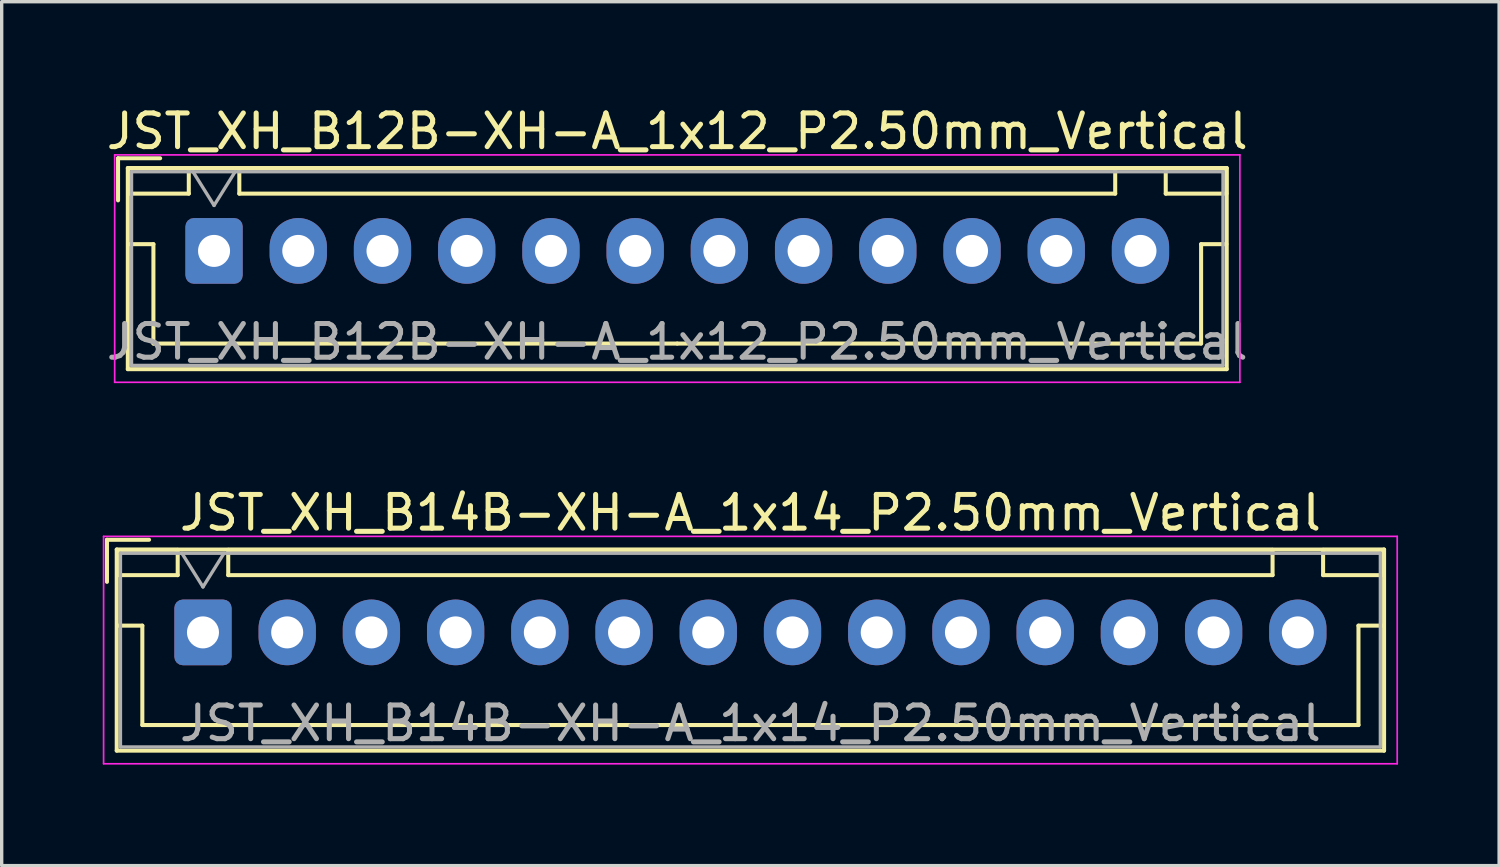
<source format=kicad_pcb>
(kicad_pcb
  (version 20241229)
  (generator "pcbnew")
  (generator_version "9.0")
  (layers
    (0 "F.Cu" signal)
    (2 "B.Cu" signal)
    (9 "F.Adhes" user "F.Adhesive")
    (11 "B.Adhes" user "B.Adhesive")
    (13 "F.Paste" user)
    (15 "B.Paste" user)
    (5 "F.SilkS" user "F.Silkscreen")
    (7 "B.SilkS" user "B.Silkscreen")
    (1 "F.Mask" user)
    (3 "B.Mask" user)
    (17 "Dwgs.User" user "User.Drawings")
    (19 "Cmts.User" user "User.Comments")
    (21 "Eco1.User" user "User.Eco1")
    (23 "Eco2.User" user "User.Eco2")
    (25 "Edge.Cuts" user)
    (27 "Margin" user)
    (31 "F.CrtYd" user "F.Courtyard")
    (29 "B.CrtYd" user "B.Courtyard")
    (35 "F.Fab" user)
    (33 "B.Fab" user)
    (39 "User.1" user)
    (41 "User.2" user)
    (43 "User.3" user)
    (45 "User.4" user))
  (footprint "JST_XH_B14B-XH-A_1x14_P2.50mm_Vertical"
    (layer "F.Cu")
    (at 2.975 15.722)
    (property "Reference" "JST_XH_B14B-XH-A_1x14_P2.50mm_Vertical" (at 16.25 -3.55 0) (layer "F.SilkS") (effects (font (size 1 1) (thickness 0.15))))
    (attr through_hole)
    (fp_line (start -2.85 -2.75) (end -2.85 -1.5) (stroke (width 0.12) (type solid)) (layer "F.SilkS"))
    (fp_line (start -2.56 -2.46) (end -2.56 3.51) (stroke (width 0.12) (type solid)) (layer "F.SilkS"))
    (fp_line (start -2.56 3.51) (end 35.06 3.51) (stroke (width 0.12) (type solid)) (layer "F.SilkS"))
    (fp_line (start -2.55 -2.45) (end -2.55 -1.7) (stroke (width 0.12) (type solid)) (layer "F.SilkS"))
    (fp_line (start -2.55 -1.7) (end -0.75 -1.7) (stroke (width 0.12) (type solid)) (layer "F.SilkS"))
    (fp_line (start -2.55 -0.2) (end -1.8 -0.2) (stroke (width 0.12) (type solid)) (layer "F.SilkS"))
    (fp_line (start -1.8 -0.2) (end -1.8 2.75) (stroke (width 0.12) (type solid)) (layer "F.SilkS"))
    (fp_line (start -1.8 2.75) (end 16.25 2.75) (stroke (width 0.12) (type solid)) (layer "F.SilkS"))
    (fp_line (start -1.6 -2.75) (end -2.85 -2.75) (stroke (width 0.12) (type solid)) (layer "F.SilkS"))
    (fp_line (start -0.75 -2.45) (end -2.55 -2.45) (stroke (width 0.12) (type solid)) (layer "F.SilkS"))
    (fp_line (start -0.75 -1.7) (end -0.75 -2.45) (stroke (width 0.12) (type solid)) (layer "F.SilkS"))
    (fp_line (start 0.75 -2.45) (end 0.75 -1.7) (stroke (width 0.12) (type solid)) (layer "F.SilkS"))
    (fp_line (start 0.75 -1.7) (end 31.75 -1.7) (stroke (width 0.12) (type solid)) (layer "F.SilkS"))
    (fp_line (start 31.75 -2.45) (end 0.75 -2.45) (stroke (width 0.12) (type solid)) (layer "F.SilkS"))
    (fp_line (start 31.75 -1.7) (end 31.75 -2.45) (stroke (width 0.12) (type solid)) (layer "F.SilkS"))
    (fp_line (start 33.25 -2.45) (end 33.25 -1.7) (stroke (width 0.12) (type solid)) (layer "F.SilkS"))
    (fp_line (start 33.25 -1.7) (end 35.05 -1.7) (stroke (width 0.12) (type solid)) (layer "F.SilkS"))
    (fp_line (start 34.3 -0.2) (end 34.3 2.75) (stroke (width 0.12) (type solid)) (layer "F.SilkS"))
    (fp_line (start 34.3 2.75) (end 16.25 2.75) (stroke (width 0.12) (type solid)) (layer "F.SilkS"))
    (fp_line (start 35.05 -2.45) (end 33.25 -2.45) (stroke (width 0.12) (type solid)) (layer "F.SilkS"))
    (fp_line (start 35.05 -1.7) (end 35.05 -2.45) (stroke (width 0.12) (type solid)) (layer "F.SilkS"))
    (fp_line (start 35.05 -0.2) (end 34.3 -0.2) (stroke (width 0.12) (type solid)) (layer "F.SilkS"))
    (fp_line (start 35.06 -2.46) (end -2.56 -2.46) (stroke (width 0.12) (type solid)) (layer "F.SilkS"))
    (fp_line (start 35.06 3.51) (end 35.06 -2.46) (stroke (width 0.12) (type solid)) (layer "F.SilkS"))
    (fp_line (start -2.95 -2.85) (end -2.95 3.9) (stroke (width 0.05) (type solid)) (layer "F.CrtYd"))
    (fp_line (start -2.95 3.9) (end 35.45 3.9) (stroke (width 0.05) (type solid)) (layer "F.CrtYd"))
    (fp_line (start 35.45 -2.85) (end -2.95 -2.85) (stroke (width 0.05) (type solid)) (layer "F.CrtYd"))
    (fp_line (start 35.45 3.9) (end 35.45 -2.85) (stroke (width 0.05) (type solid)) (layer "F.CrtYd"))
    (fp_line (start -2.45 -2.35) (end -2.45 3.4) (stroke (width 0.1) (type solid)) (layer "F.Fab"))
    (fp_line (start -2.45 3.4) (end 34.95 3.4) (stroke (width 0.1) (type solid)) (layer "F.Fab"))
    (fp_line (start -0.625 -2.35) (end 0 -1.35) (stroke (width 0.1) (type solid)) (layer "F.Fab"))
    (fp_line (start 0 -1.35) (end 0.625 -2.35) (stroke (width 0.1) (type solid)) (layer "F.Fab"))
    (fp_line (start 34.95 -2.35) (end -2.45 -2.35) (stroke (width 0.1) (type solid)) (layer "F.Fab"))
    (fp_line (start 34.95 3.4) (end 34.95 -2.35) (stroke (width 0.1) (type solid)) (layer "F.Fab"))
    (fp_text user "${REFERENCE}" (at 16.25 2.7 0) (layer "F.Fab") (effects (font (size 1 1) (thickness 0.15))))
    (pad "1" thru_hole roundrect (at 0 0) (size 1.7 1.95) (drill 0.95) (layers "*.Cu" "*.Mask") (roundrect_rratio 0.147))
    (pad "2" thru_hole oval (at 2.5 0) (size 1.7 1.95) (drill 0.95) (layers "*.Cu" "*.Mask"))
    (pad "3" thru_hole oval (at 5 0) (size 1.7 1.95) (drill 0.95) (layers "*.Cu" "*.Mask"))
    (pad "4" thru_hole oval (at 7.5 0) (size 1.7 1.95) (drill 0.95) (layers "*.Cu" "*.Mask"))
    (pad "5" thru_hole oval (at 10 0) (size 1.7 1.95) (drill 0.95) (layers "*.Cu" "*.Mask"))
    (pad "6" thru_hole oval (at 12.5 0) (size 1.7 1.95) (drill 0.95) (layers "*.Cu" "*.Mask"))
    (pad "7" thru_hole oval (at 15 0) (size 1.7 1.95) (drill 0.95) (layers "*.Cu" "*.Mask"))
    (pad "8" thru_hole oval (at 17.5 0) (size 1.7 1.95) (drill 0.95) (layers "*.Cu" "*.Mask"))
    (pad "9" thru_hole oval (at 20 0) (size 1.7 1.95) (drill 0.95) (layers "*.Cu" "*.Mask"))
    (pad "10" thru_hole oval (at 22.5 0) (size 1.7 1.95) (drill 0.95) (layers "*.Cu" "*.Mask"))
    (pad "11" thru_hole oval (at 25 0) (size 1.7 1.95) (drill 0.95) (layers "*.Cu" "*.Mask"))
    (pad "12" thru_hole oval (at 27.5 0) (size 1.7 1.95) (drill 0.95) (layers "*.Cu" "*.Mask"))
    (pad "13" thru_hole oval (at 30 0) (size 1.7 1.95) (drill 0.95) (layers "*.Cu" "*.Mask"))
    (pad "14" thru_hole oval (at 32.5 0) (size 1.7 1.95) (drill 0.95) (layers "*.Cu" "*.Mask")))
  (footprint "JST_XH_B12B-XH-A_1x12_P2.50mm_Vertical"
    (layer "F.Cu")
    (at 3.304 4.398)
    (property "Reference" "JST_XH_B12B-XH-A_1x12_P2.50mm_Vertical" (at 13.75 -3.55 0) (layer "F.SilkS") (effects (font (size 1 1) (thickness 0.15))))
    (attr through_hole)
    (fp_line (start -2.85 -2.75) (end -2.85 -1.5) (stroke (width 0.12) (type solid)) (layer "F.SilkS"))
    (fp_line (start -2.56 -2.46) (end -2.56 3.51) (stroke (width 0.12) (type solid)) (layer "F.SilkS"))
    (fp_line (start -2.56 3.51) (end 30.06 3.51) (stroke (width 0.12) (type solid)) (layer "F.SilkS"))
    (fp_line (start -2.55 -2.45) (end -2.55 -1.7) (stroke (width 0.12) (type solid)) (layer "F.SilkS"))
    (fp_line (start -2.55 -1.7) (end -0.75 -1.7) (stroke (width 0.12) (type solid)) (layer "F.SilkS"))
    (fp_line (start -2.55 -0.2) (end -1.8 -0.2) (stroke (width 0.12) (type solid)) (layer "F.SilkS"))
    (fp_line (start -1.8 -0.2) (end -1.8 2.75) (stroke (width 0.12) (type solid)) (layer "F.SilkS"))
    (fp_line (start -1.8 2.75) (end 13.75 2.75) (stroke (width 0.12) (type solid)) (layer "F.SilkS"))
    (fp_line (start -1.6 -2.75) (end -2.85 -2.75) (stroke (width 0.12) (type solid)) (layer "F.SilkS"))
    (fp_line (start -0.75 -2.45) (end -2.55 -2.45) (stroke (width 0.12) (type solid)) (layer "F.SilkS"))
    (fp_line (start -0.75 -1.7) (end -0.75 -2.45) (stroke (width 0.12) (type solid)) (layer "F.SilkS"))
    (fp_line (start 0.75 -2.45) (end 0.75 -1.7) (stroke (width 0.12) (type solid)) (layer "F.SilkS"))
    (fp_line (start 0.75 -1.7) (end 26.75 -1.7) (stroke (width 0.12) (type solid)) (layer "F.SilkS"))
    (fp_line (start 26.75 -2.45) (end 0.75 -2.45) (stroke (width 0.12) (type solid)) (layer "F.SilkS"))
    (fp_line (start 26.75 -1.7) (end 26.75 -2.45) (stroke (width 0.12) (type solid)) (layer "F.SilkS"))
    (fp_line (start 28.25 -2.45) (end 28.25 -1.7) (stroke (width 0.12) (type solid)) (layer "F.SilkS"))
    (fp_line (start 28.25 -1.7) (end 30.05 -1.7) (stroke (width 0.12) (type solid)) (layer "F.SilkS"))
    (fp_line (start 29.3 -0.2) (end 29.3 2.75) (stroke (width 0.12) (type solid)) (layer "F.SilkS"))
    (fp_line (start 29.3 2.75) (end 13.75 2.75) (stroke (width 0.12) (type solid)) (layer "F.SilkS"))
    (fp_line (start 30.05 -2.45) (end 28.25 -2.45) (stroke (width 0.12) (type solid)) (layer "F.SilkS"))
    (fp_line (start 30.05 -1.7) (end 30.05 -2.45) (stroke (width 0.12) (type solid)) (layer "F.SilkS"))
    (fp_line (start 30.05 -0.2) (end 29.3 -0.2) (stroke (width 0.12) (type solid)) (layer "F.SilkS"))
    (fp_line (start 30.06 -2.46) (end -2.56 -2.46) (stroke (width 0.12) (type solid)) (layer "F.SilkS"))
    (fp_line (start 30.06 3.51) (end 30.06 -2.46) (stroke (width 0.12) (type solid)) (layer "F.SilkS"))
    (fp_line (start -2.95 -2.85) (end -2.95 3.9) (stroke (width 0.05) (type solid)) (layer "F.CrtYd"))
    (fp_line (start -2.95 3.9) (end 30.45 3.9) (stroke (width 0.05) (type solid)) (layer "F.CrtYd"))
    (fp_line (start 30.45 -2.85) (end -2.95 -2.85) (stroke (width 0.05) (type solid)) (layer "F.CrtYd"))
    (fp_line (start 30.45 3.9) (end 30.45 -2.85) (stroke (width 0.05) (type solid)) (layer "F.CrtYd"))
    (fp_line (start -2.45 -2.35) (end -2.45 3.4) (stroke (width 0.1) (type solid)) (layer "F.Fab"))
    (fp_line (start -2.45 3.4) (end 29.95 3.4) (stroke (width 0.1) (type solid)) (layer "F.Fab"))
    (fp_line (start -0.625 -2.35) (end 0 -1.35) (stroke (width 0.1) (type solid)) (layer "F.Fab"))
    (fp_line (start 0 -1.35) (end 0.625 -2.35) (stroke (width 0.1) (type solid)) (layer "F.Fab"))
    (fp_line (start 29.95 -2.35) (end -2.45 -2.35) (stroke (width 0.1) (type solid)) (layer "F.Fab"))
    (fp_line (start 29.95 3.4) (end 29.95 -2.35) (stroke (width 0.1) (type solid)) (layer "F.Fab"))
    (fp_text user "${REFERENCE}" (at 13.75 2.7 0) (layer "F.Fab") (effects (font (size 1 1) (thickness 0.15))))
    (pad "1" thru_hole roundrect (at 0 0) (size 1.7 1.95) (drill 0.95) (layers "*.Cu" "*.Mask") (roundrect_rratio 0.147))
    (pad "2" thru_hole oval (at 2.5 0) (size 1.7 1.95) (drill 0.95) (layers "*.Cu" "*.Mask"))
    (pad "3" thru_hole oval (at 5 0) (size 1.7 1.95) (drill 0.95) (layers "*.Cu" "*.Mask"))
    (pad "4" thru_hole oval (at 7.5 0) (size 1.7 1.95) (drill 0.95) (layers "*.Cu" "*.Mask"))
    (pad "5" thru_hole oval (at 10 0) (size 1.7 1.95) (drill 0.95) (layers "*.Cu" "*.Mask"))
    (pad "6" thru_hole oval (at 12.5 0) (size 1.7 1.95) (drill 0.95) (layers "*.Cu" "*.Mask"))
    (pad "7" thru_hole oval (at 15 0) (size 1.7 1.95) (drill 0.95) (layers "*.Cu" "*.Mask"))
    (pad "8" thru_hole oval (at 17.5 0) (size 1.7 1.95) (drill 0.95) (layers "*.Cu" "*.Mask"))
    (pad "9" thru_hole oval (at 20 0) (size 1.7 1.95) (drill 0.95) (layers "*.Cu" "*.Mask"))
    (pad "10" thru_hole oval (at 22.5 0) (size 1.7 1.95) (drill 0.95) (layers "*.Cu" "*.Mask"))
    (pad "11" thru_hole oval (at 25 0) (size 1.7 1.95) (drill 0.95) (layers "*.Cu" "*.Mask"))
    (pad "12" thru_hole oval (at 27.5 0) (size 1.7 1.95) (drill 0.95) (layers "*.Cu" "*.Mask")))
  (gr_rect
    (start -3 -3)
    (end 41.45 22.646)
    (stroke (width 0.1) (type default))
    (fill no)
    (layer "Edge.Cuts")))
</source>
